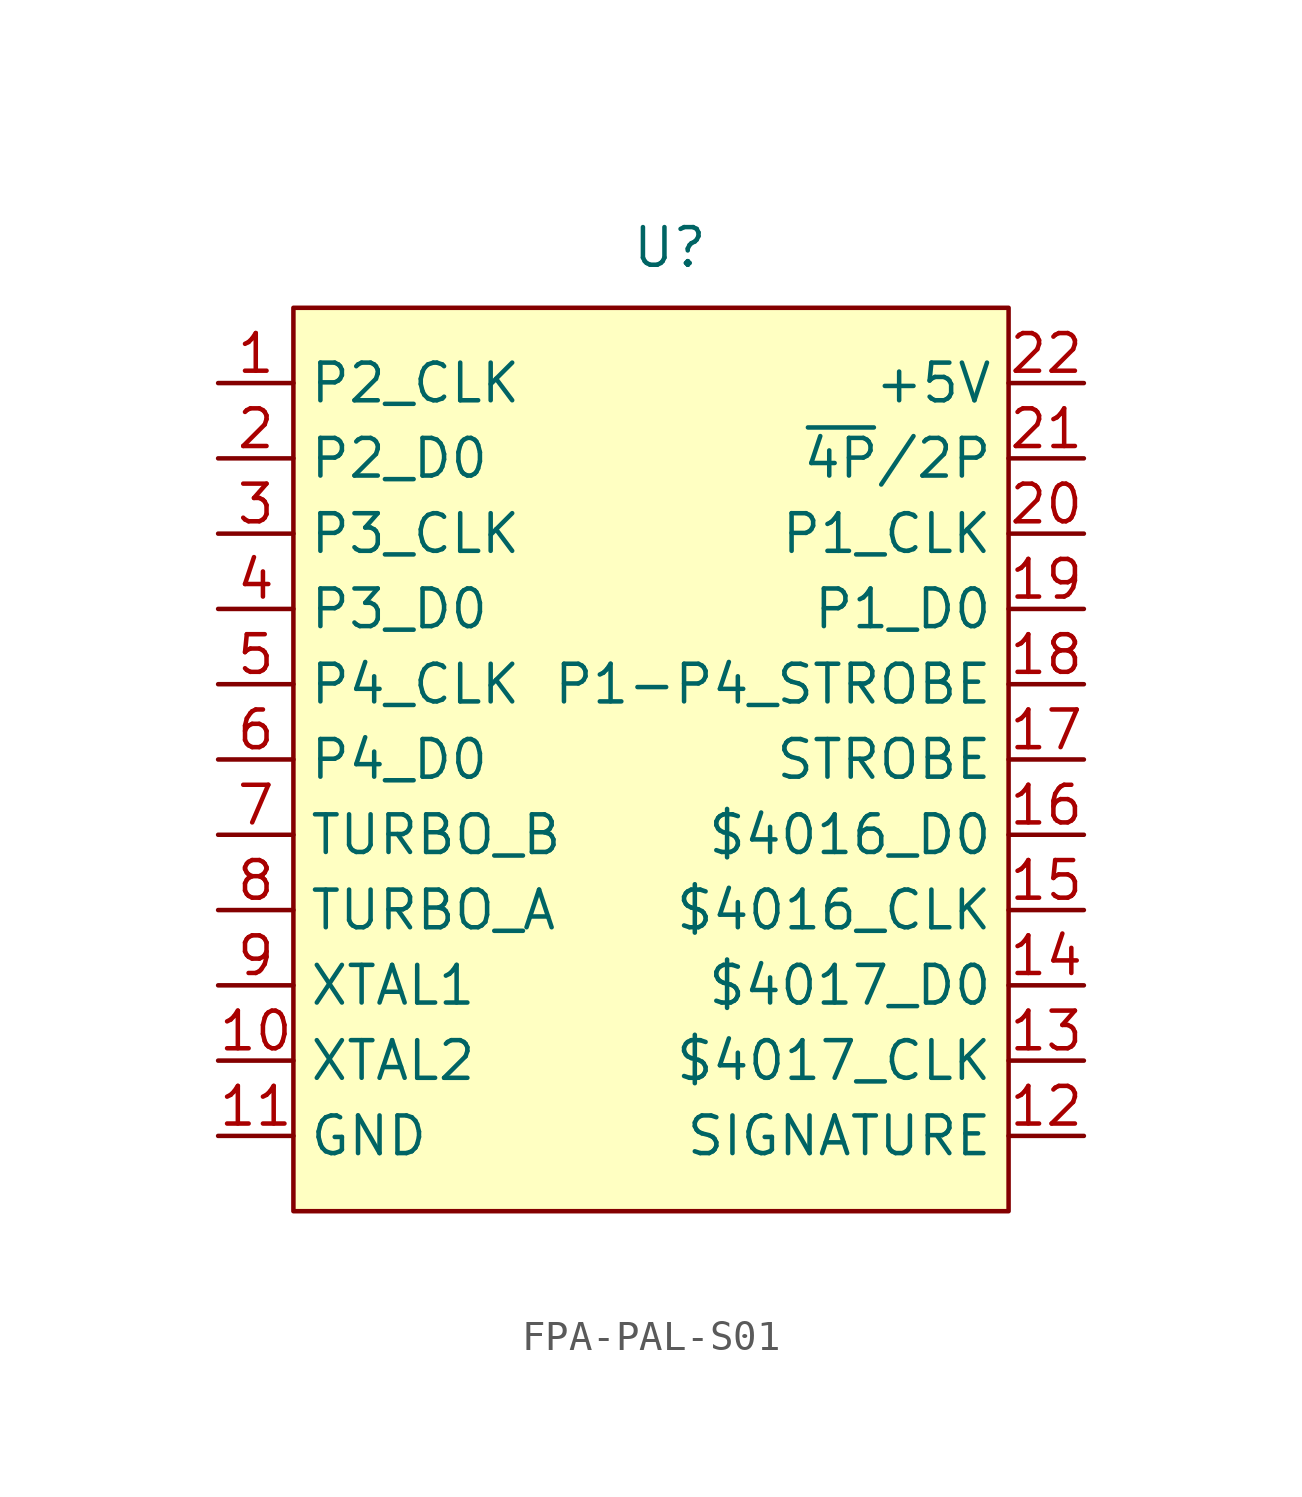
<source format=kicad_sym>
(kicad_symbol_lib
  (version 20231120)
  (generator "kicad_symbol_editor")
  (generator_version "8.0")
  (symbol "FPA-PAL-S01"
    (property "Reference" "U"
      (at 0 2.032 0)
      (effects (font (size 1.27 1.27))))
    (property "Value" ""
      (at -15.24 -2.54 0)
      (effects (font (size 1.27 1.27))))
    (symbol "FPA-PAL-S01_0_0"
      (pin output line (at -15.24 -2.54 0) (length 2.54) (name "P2_CLK" (effects (font (size 1.27 1.27)))) (number "1" (effects (font (size 1.27 1.27)))))
      (pin output line (at -15.24 -25.4 0) (length 2.54) (name "XTAL2" (effects (font (size 1.27 1.27)))) (number "10" (effects (font (size 1.27 1.27)))))
      (pin power_in line (at -15.24 -27.94 0) (length 2.54) (name "GND" (effects (font (size 1.27 1.27)))) (number "11" (effects (font (size 1.27 1.27)))))
      (pin input line (at 13.97 -27.94 180) (length 2.54) (name "SIGNATURE" (effects (font (size 1.27 1.27)))) (number "12" (effects (font (size 1.27 1.27)))))
      (pin input line (at 13.97 -25.4 180) (length 2.54) (name "$4017_CLK" (effects (font (size 1.27 1.27)))) (number "13" (effects (font (size 1.27 1.27)))))
      (pin output line (at 13.97 -22.86 180) (length 2.54) (name "$4017_D0" (effects (font (size 1.27 1.27)))) (number "14" (effects (font (size 1.27 1.27)))))
      (pin input line (at 13.97 -20.32 180) (length 2.54) (name "$4016_CLK" (effects (font (size 1.27 1.27)))) (number "15" (effects (font (size 1.27 1.27)))))
      (pin output line (at 13.97 -17.78 180) (length 2.54) (name "$4016_D0" (effects (font (size 1.27 1.27)))) (number "16" (effects (font (size 1.27 1.27)))))
      (pin input line (at 13.97 -15.24 180) (length 2.54) (name "STROBE" (effects (font (size 1.27 1.27)))) (number "17" (effects (font (size 1.27 1.27)))))
      (pin output line (at 13.97 -12.7 180) (length 2.54) (name "P1-P4_STROBE" (effects (font (size 1.27 1.27)))) (number "18" (effects (font (size 1.27 1.27)))))
      (pin input line (at 13.97 -10.16 180) (length 2.54) (name "P1_D0" (effects (font (size 1.27 1.27)))) (number "19" (effects (font (size 1.27 1.27)))))
      (pin output line (at 13.97 -7.62 180) (length 2.54) (name "P1_CLK" (effects (font (size 1.27 1.27)))) (number "20" (effects (font (size 1.27 1.27)))))
      (pin input line (at 13.97 -5.08 180) (length 2.54) (name "~{4P}/2P" (effects (font (size 1.27 1.27)))) (number "21" (effects (font (size 1.27 1.27)))))
      (pin power_in line (at 13.97 -2.54 180) (length 2.54) (name "+5V" (effects (font (size 1.27 1.27)))) (number "22" (effects (font (size 1.27 1.27)))))
      (pin output line (at -15.24 -7.62 0) (length 2.54) (name "P3_CLK" (effects (font (size 1.27 1.27)))) (number "3" (effects (font (size 1.27 1.27)))))
      (pin output line (at -15.24 -12.7 0) (length 2.54) (name "P4_CLK" (effects (font (size 1.27 1.27)))) (number "5" (effects (font (size 1.27 1.27)))))
      (pin input line (at -15.24 -17.78 0) (length 2.54) (name "TURBO_B" (effects (font (size 1.27 1.27)))) (number "7" (effects (font (size 1.27 1.27)))))
      (pin input line (at -15.24 -20.32 0) (length 2.54) (name "TURBO_A" (effects (font (size 1.27 1.27)))) (number "8" (effects (font (size 1.27 1.27)))))
      (pin input line (at -15.24 -22.86 0) (length 2.54) (name "XTAL1" (effects (font (size 1.27 1.27)))) (number "9" (effects (font (size 1.27 1.27))))))
    (symbol "FPA-PAL-S01_1_0"
      (pin input line (at -15.24 -5.08 0) (length 2.54) (name "P2_D0" (effects (font (size 1.27 1.27)))) (number "2" (effects (font (size 1.27 1.27)))))
      (pin input line (at -15.24 -10.16 0) (length 2.54) (name "P3_D0" (effects (font (size 1.27 1.27)))) (number "4" (effects (font (size 1.27 1.27)))))
      (pin input line (at -15.24 -15.24 0) (length 2.54) (name "P4_D0" (effects (font (size 1.27 1.27)))) (number "6" (effects (font (size 1.27 1.27))))))
    (symbol "FPA-PAL-S01_1_1"
      (rectangle (start -12.7 0) (end 11.43 -30.48) (stroke (width 0) (type default)) (fill (type background))))))
</source>
